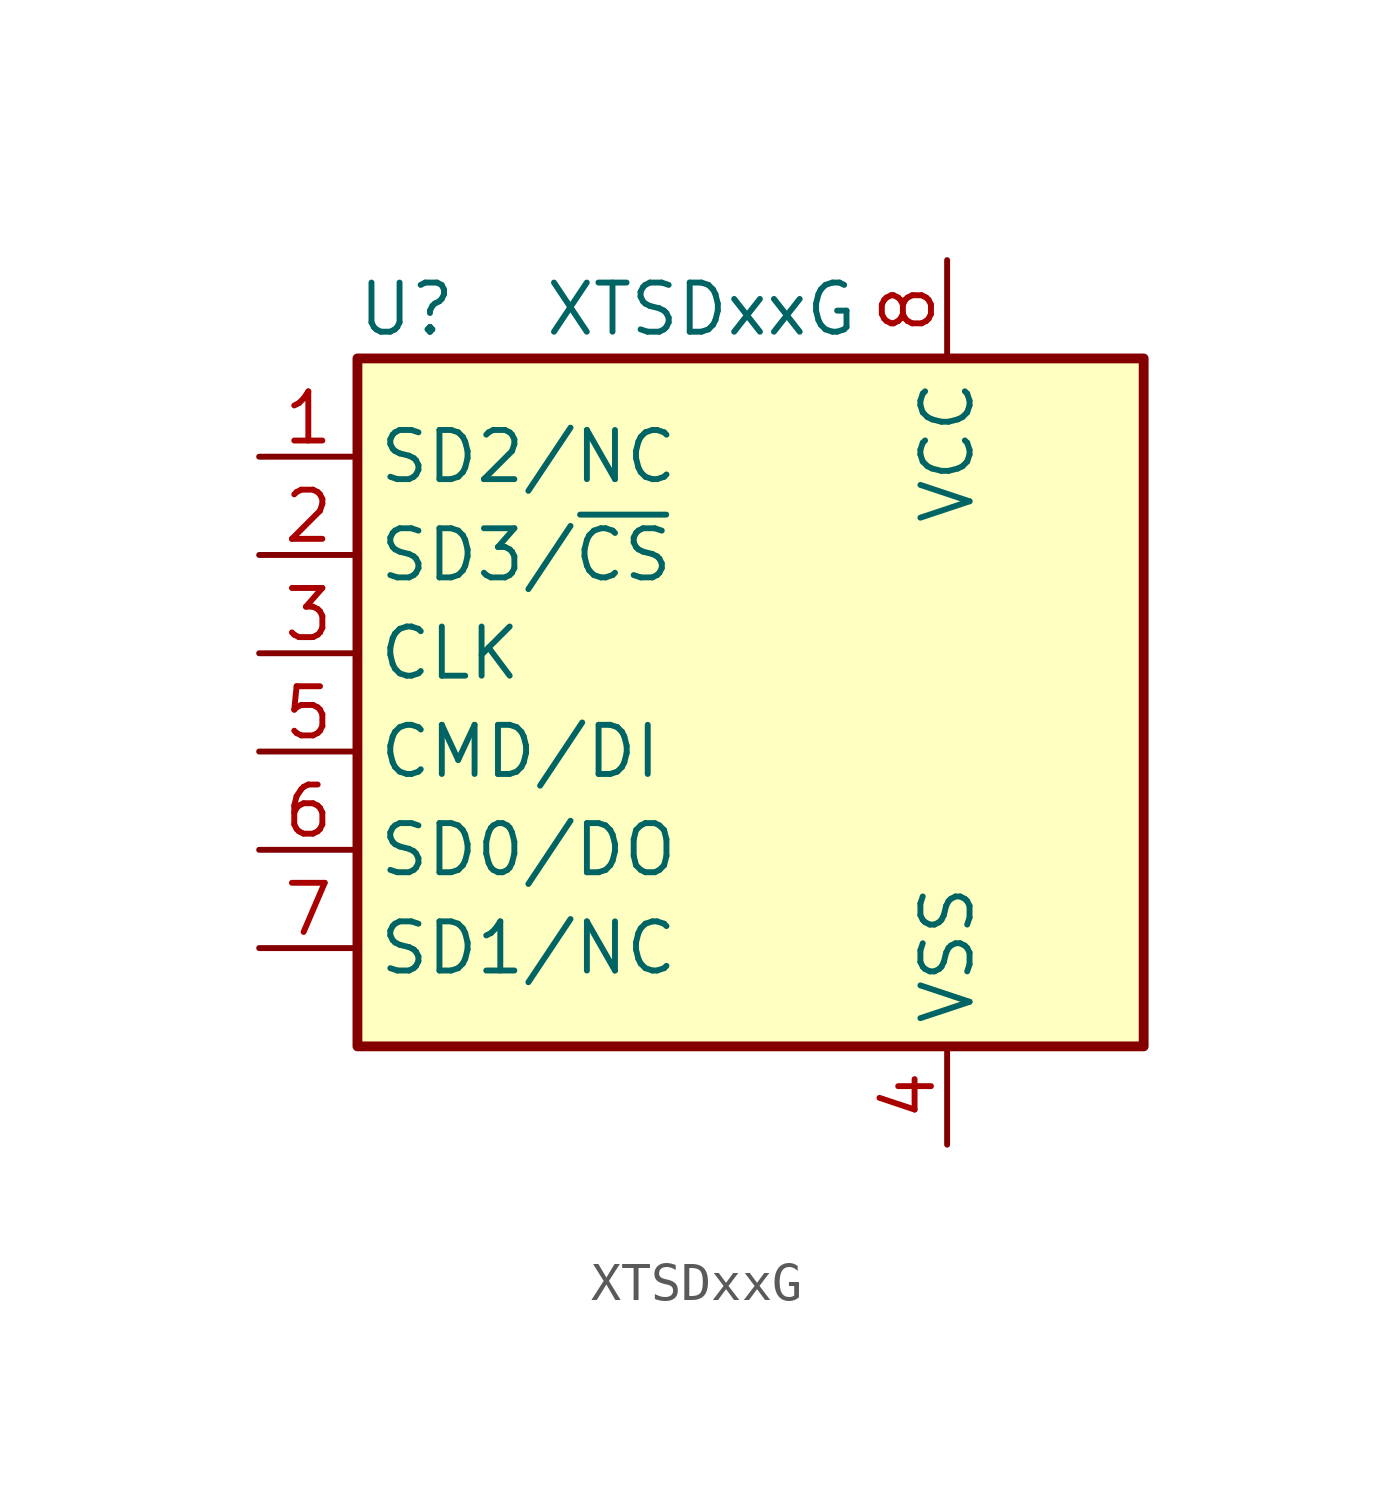
<source format=kicad_sym>
(kicad_symbol_lib
  (version 20210619)
  (generator kicad_symbol_editor)
  (symbol "gpslogger:XTSDxxG"
    (property "Reference" "U"
      (at -8.89 8.89 0)
      (effects (font (size 1.27 1.27))))
    (property "Value" "XTSDxxG"
      (at -1.27 8.89 0)
      (effects (font (size 1.27 1.27))))
    (symbol "XTSDxxG_1_1"
      (rectangle (start -10.16 7.62) (end 10.16 -10.16) (stroke (width 0.254)) (fill (type background)))
      (pin bidirectional line (at -12.7 5.08 0) (length 2.54) (name "SD2/NC" (effects (font (size 1.27 1.27)))) (number "1" (effects (font (size 1.27 1.27)))))
      (pin input line (at -12.7 2.54 0) (length 2.54) (name "SD3/~{CS}" (effects (font (size 1.27 1.27)))) (number "2" (effects (font (size 1.27 1.27)))))
      (pin input line (at -12.7 0 0) (length 2.54) (name "CLK" (effects (font (size 1.27 1.27)))) (number "3" (effects (font (size 1.27 1.27)))))
      (pin power_in line (at 5.08 -12.7 90) (length 2.54) (name "VSS" (effects (font (size 1.27 1.27)))) (number "4" (effects (font (size 1.27 1.27)))))
      (pin input line (at -12.7 -2.54 0) (length 2.54) (name "CMD/DI" (effects (font (size 1.27 1.27)))) (number "5" (effects (font (size 1.27 1.27)))))
      (pin output line (at -12.7 -5.08 0) (length 2.54) (name "SD0/DO" (effects (font (size 1.27 1.27)))) (number "6" (effects (font (size 1.27 1.27)))))
      (pin output line (at -12.7 -7.62 0) (length 2.54) (name "SD1/NC" (effects (font (size 1.27 1.27)))) (number "7" (effects (font (size 1.27 1.27)))))
      (pin power_in line (at 5.08 10.16 270) (length 2.54) (name "VCC" (effects (font (size 1.27 1.27)))) (number "8" (effects (font (size 1.27 1.27))))))))
</source>
